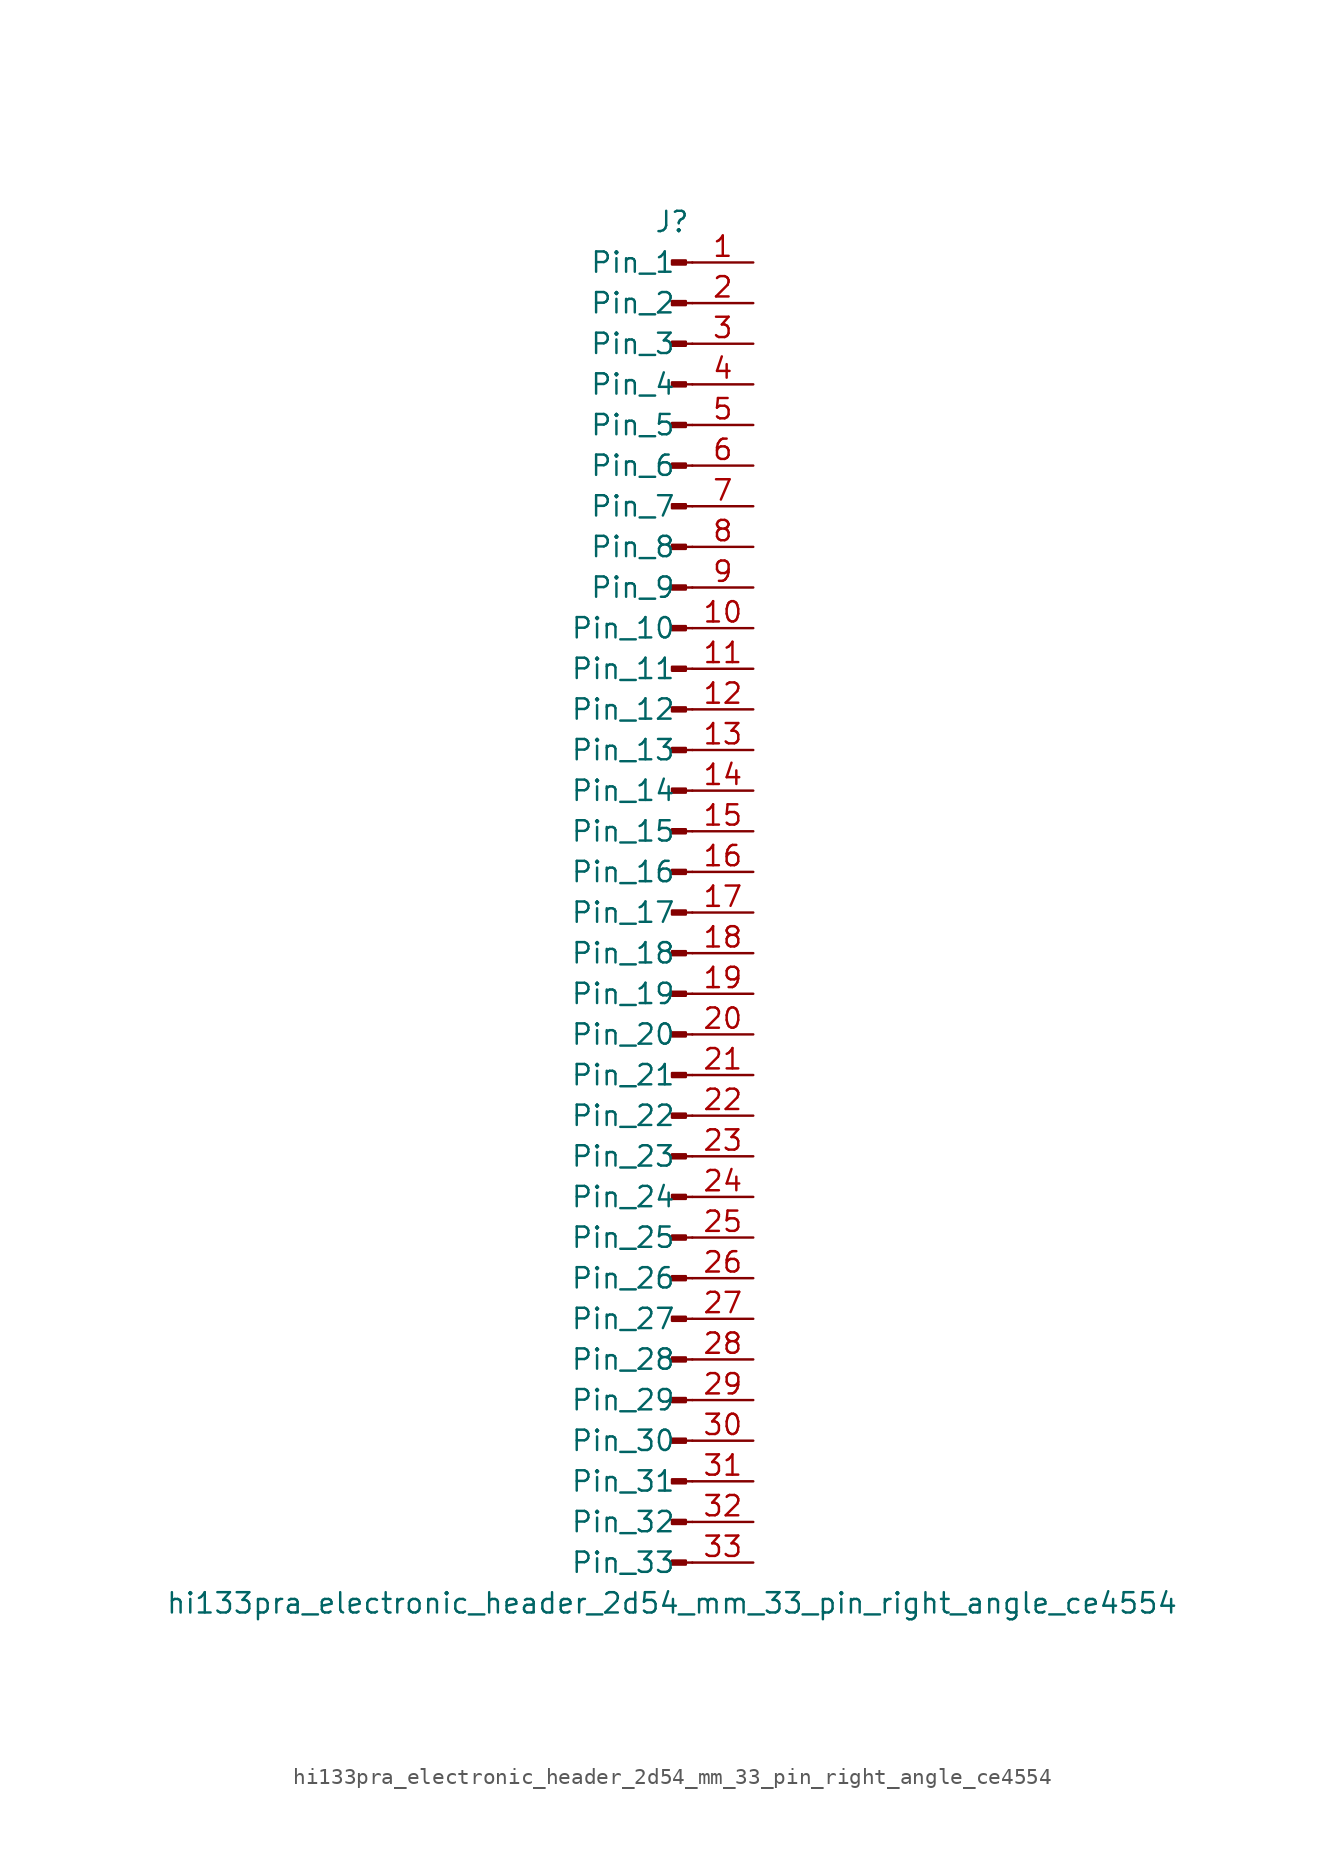
<source format=kicad_sym>
(kicad_symbol_lib
  (version 20220914)
  (generator kicad_symbol_editor)
  (symbol "hi133pra_electronic_header_2d54_mm_33_pin_right_angle_ce4554"
    (pin_names
      (offset 1.016))
    (property "Reference" "J"
      (at 0 43.18 0)
      (effects (font (size 1.27 1.27))))
    (property "Value" "hi133pra_electronic_header_2d54_mm_33_pin_right_angle_ce4554"
      (at 0 -43.18 0)
      (effects (font (size 1.27 1.27))))
    (property "ki_locked" ""
      (at 0 0 0)
      (effects (font (size 1.27 1.27))))
    (symbol "hi133pra_electronic_header_2d54_mm_33_pin_right_angle_ce4554_1_1"
      (polyline (pts (xy 1.27 -40.64) (xy 0.864 -40.64)) (stroke (width 0.152) (type default)) (fill (type none)))
      (polyline (pts (xy 1.27 -38.1) (xy 0.864 -38.1)) (stroke (width 0.152) (type default)) (fill (type none)))
      (polyline (pts (xy 1.27 -35.56) (xy 0.864 -35.56)) (stroke (width 0.152) (type default)) (fill (type none)))
      (polyline (pts (xy 1.27 -33.02) (xy 0.864 -33.02)) (stroke (width 0.152) (type default)) (fill (type none)))
      (polyline (pts (xy 1.27 -30.48) (xy 0.864 -30.48)) (stroke (width 0.152) (type default)) (fill (type none)))
      (polyline (pts (xy 1.27 -27.94) (xy 0.864 -27.94)) (stroke (width 0.152) (type default)) (fill (type none)))
      (polyline (pts (xy 1.27 -25.4) (xy 0.864 -25.4)) (stroke (width 0.152) (type default)) (fill (type none)))
      (polyline (pts (xy 1.27 -22.86) (xy 0.864 -22.86)) (stroke (width 0.152) (type default)) (fill (type none)))
      (polyline (pts (xy 1.27 -20.32) (xy 0.864 -20.32)) (stroke (width 0.152) (type default)) (fill (type none)))
      (polyline (pts (xy 1.27 -17.78) (xy 0.864 -17.78)) (stroke (width 0.152) (type default)) (fill (type none)))
      (polyline (pts (xy 1.27 -15.24) (xy 0.864 -15.24)) (stroke (width 0.152) (type default)) (fill (type none)))
      (polyline (pts (xy 1.27 -12.7) (xy 0.864 -12.7)) (stroke (width 0.152) (type default)) (fill (type none)))
      (polyline (pts (xy 1.27 -10.16) (xy 0.864 -10.16)) (stroke (width 0.152) (type default)) (fill (type none)))
      (polyline (pts (xy 1.27 -7.62) (xy 0.864 -7.62)) (stroke (width 0.152) (type default)) (fill (type none)))
      (polyline (pts (xy 1.27 -5.08) (xy 0.864 -5.08)) (stroke (width 0.152) (type default)) (fill (type none)))
      (polyline (pts (xy 1.27 -2.54) (xy 0.864 -2.54)) (stroke (width 0.152) (type default)) (fill (type none)))
      (polyline (pts (xy 1.27 0) (xy 0.864 0)) (stroke (width 0.152) (type default)) (fill (type none)))
      (polyline (pts (xy 1.27 2.54) (xy 0.864 2.54)) (stroke (width 0.152) (type default)) (fill (type none)))
      (polyline (pts (xy 1.27 5.08) (xy 0.864 5.08)) (stroke (width 0.152) (type default)) (fill (type none)))
      (polyline (pts (xy 1.27 7.62) (xy 0.864 7.62)) (stroke (width 0.152) (type default)) (fill (type none)))
      (polyline (pts (xy 1.27 10.16) (xy 0.864 10.16)) (stroke (width 0.152) (type default)) (fill (type none)))
      (polyline (pts (xy 1.27 12.7) (xy 0.864 12.7)) (stroke (width 0.152) (type default)) (fill (type none)))
      (polyline (pts (xy 1.27 15.24) (xy 0.864 15.24)) (stroke (width 0.152) (type default)) (fill (type none)))
      (polyline (pts (xy 1.27 17.78) (xy 0.864 17.78)) (stroke (width 0.152) (type default)) (fill (type none)))
      (polyline (pts (xy 1.27 20.32) (xy 0.864 20.32)) (stroke (width 0.152) (type default)) (fill (type none)))
      (polyline (pts (xy 1.27 22.86) (xy 0.864 22.86)) (stroke (width 0.152) (type default)) (fill (type none)))
      (polyline (pts (xy 1.27 25.4) (xy 0.864 25.4)) (stroke (width 0.152) (type default)) (fill (type none)))
      (polyline (pts (xy 1.27 27.94) (xy 0.864 27.94)) (stroke (width 0.152) (type default)) (fill (type none)))
      (polyline (pts (xy 1.27 30.48) (xy 0.864 30.48)) (stroke (width 0.152) (type default)) (fill (type none)))
      (polyline (pts (xy 1.27 33.02) (xy 0.864 33.02)) (stroke (width 0.152) (type default)) (fill (type none)))
      (polyline (pts (xy 1.27 35.56) (xy 0.864 35.56)) (stroke (width 0.152) (type default)) (fill (type none)))
      (polyline (pts (xy 1.27 38.1) (xy 0.864 38.1)) (stroke (width 0.152) (type default)) (fill (type none)))
      (polyline (pts (xy 1.27 40.64) (xy 0.864 40.64)) (stroke (width 0.152) (type default)) (fill (type none)))
      (rectangle (start 0.864 -40.513) (end 0 -40.767) (stroke (width 0.152) (type default)) (fill (type outline)))
      (rectangle (start 0.864 -37.973) (end 0 -38.227) (stroke (width 0.152) (type default)) (fill (type outline)))
      (rectangle (start 0.864 -35.433) (end 0 -35.687) (stroke (width 0.152) (type default)) (fill (type outline)))
      (rectangle (start 0.864 -32.893) (end 0 -33.147) (stroke (width 0.152) (type default)) (fill (type outline)))
      (rectangle (start 0.864 -30.353) (end 0 -30.607) (stroke (width 0.152) (type default)) (fill (type outline)))
      (rectangle (start 0.864 -27.813) (end 0 -28.067) (stroke (width 0.152) (type default)) (fill (type outline)))
      (rectangle (start 0.864 -25.273) (end 0 -25.527) (stroke (width 0.152) (type default)) (fill (type outline)))
      (rectangle (start 0.864 -22.733) (end 0 -22.987) (stroke (width 0.152) (type default)) (fill (type outline)))
      (rectangle (start 0.864 -20.193) (end 0 -20.447) (stroke (width 0.152) (type default)) (fill (type outline)))
      (rectangle (start 0.864 -17.653) (end 0 -17.907) (stroke (width 0.152) (type default)) (fill (type outline)))
      (rectangle (start 0.864 -15.113) (end 0 -15.367) (stroke (width 0.152) (type default)) (fill (type outline)))
      (rectangle (start 0.864 -12.573) (end 0 -12.827) (stroke (width 0.152) (type default)) (fill (type outline)))
      (rectangle (start 0.864 -10.033) (end 0 -10.287) (stroke (width 0.152) (type default)) (fill (type outline)))
      (rectangle (start 0.864 -7.493) (end 0 -7.747) (stroke (width 0.152) (type default)) (fill (type outline)))
      (rectangle (start 0.864 -4.953) (end 0 -5.207) (stroke (width 0.152) (type default)) (fill (type outline)))
      (rectangle (start 0.864 -2.413) (end 0 -2.667) (stroke (width 0.152) (type default)) (fill (type outline)))
      (rectangle (start 0.864 0.127) (end 0 -0.127) (stroke (width 0.152) (type default)) (fill (type outline)))
      (rectangle (start 0.864 2.667) (end 0 2.413) (stroke (width 0.152) (type default)) (fill (type outline)))
      (rectangle (start 0.864 5.207) (end 0 4.953) (stroke (width 0.152) (type default)) (fill (type outline)))
      (rectangle (start 0.864 7.747) (end 0 7.493) (stroke (width 0.152) (type default)) (fill (type outline)))
      (rectangle (start 0.864 10.287) (end 0 10.033) (stroke (width 0.152) (type default)) (fill (type outline)))
      (rectangle (start 0.864 12.827) (end 0 12.573) (stroke (width 0.152) (type default)) (fill (type outline)))
      (rectangle (start 0.864 15.367) (end 0 15.113) (stroke (width 0.152) (type default)) (fill (type outline)))
      (rectangle (start 0.864 17.907) (end 0 17.653) (stroke (width 0.152) (type default)) (fill (type outline)))
      (rectangle (start 0.864 20.447) (end 0 20.193) (stroke (width 0.152) (type default)) (fill (type outline)))
      (rectangle (start 0.864 22.987) (end 0 22.733) (stroke (width 0.152) (type default)) (fill (type outline)))
      (rectangle (start 0.864 25.527) (end 0 25.273) (stroke (width 0.152) (type default)) (fill (type outline)))
      (rectangle (start 0.864 28.067) (end 0 27.813) (stroke (width 0.152) (type default)) (fill (type outline)))
      (rectangle (start 0.864 30.607) (end 0 30.353) (stroke (width 0.152) (type default)) (fill (type outline)))
      (rectangle (start 0.864 33.147) (end 0 32.893) (stroke (width 0.152) (type default)) (fill (type outline)))
      (rectangle (start 0.864 35.687) (end 0 35.433) (stroke (width 0.152) (type default)) (fill (type outline)))
      (rectangle (start 0.864 38.227) (end 0 37.973) (stroke (width 0.152) (type default)) (fill (type outline)))
      (rectangle (start 0.864 40.767) (end 0 40.513) (stroke (width 0.152) (type default)) (fill (type outline)))
      (pin passive line (at 5.08 40.64 180) (length 3.81) (name "Pin_1" (effects (font (size 1.27 1.27)))) (number "1" (effects (font (size 1.27 1.27)))))
      (pin passive line (at 5.08 17.78 180) (length 3.81) (name "Pin_10" (effects (font (size 1.27 1.27)))) (number "10" (effects (font (size 1.27 1.27)))))
      (pin passive line (at 5.08 15.24 180) (length 3.81) (name "Pin_11" (effects (font (size 1.27 1.27)))) (number "11" (effects (font (size 1.27 1.27)))))
      (pin passive line (at 5.08 12.7 180) (length 3.81) (name "Pin_12" (effects (font (size 1.27 1.27)))) (number "12" (effects (font (size 1.27 1.27)))))
      (pin passive line (at 5.08 10.16 180) (length 3.81) (name "Pin_13" (effects (font (size 1.27 1.27)))) (number "13" (effects (font (size 1.27 1.27)))))
      (pin passive line (at 5.08 7.62 180) (length 3.81) (name "Pin_14" (effects (font (size 1.27 1.27)))) (number "14" (effects (font (size 1.27 1.27)))))
      (pin passive line (at 5.08 5.08 180) (length 3.81) (name "Pin_15" (effects (font (size 1.27 1.27)))) (number "15" (effects (font (size 1.27 1.27)))))
      (pin passive line (at 5.08 2.54 180) (length 3.81) (name "Pin_16" (effects (font (size 1.27 1.27)))) (number "16" (effects (font (size 1.27 1.27)))))
      (pin passive line (at 5.08 0 180) (length 3.81) (name "Pin_17" (effects (font (size 1.27 1.27)))) (number "17" (effects (font (size 1.27 1.27)))))
      (pin passive line (at 5.08 -2.54 180) (length 3.81) (name "Pin_18" (effects (font (size 1.27 1.27)))) (number "18" (effects (font (size 1.27 1.27)))))
      (pin passive line (at 5.08 -5.08 180) (length 3.81) (name "Pin_19" (effects (font (size 1.27 1.27)))) (number "19" (effects (font (size 1.27 1.27)))))
      (pin passive line (at 5.08 38.1 180) (length 3.81) (name "Pin_2" (effects (font (size 1.27 1.27)))) (number "2" (effects (font (size 1.27 1.27)))))
      (pin passive line (at 5.08 -7.62 180) (length 3.81) (name "Pin_20" (effects (font (size 1.27 1.27)))) (number "20" (effects (font (size 1.27 1.27)))))
      (pin passive line (at 5.08 -10.16 180) (length 3.81) (name "Pin_21" (effects (font (size 1.27 1.27)))) (number "21" (effects (font (size 1.27 1.27)))))
      (pin passive line (at 5.08 -12.7 180) (length 3.81) (name "Pin_22" (effects (font (size 1.27 1.27)))) (number "22" (effects (font (size 1.27 1.27)))))
      (pin passive line (at 5.08 -15.24 180) (length 3.81) (name "Pin_23" (effects (font (size 1.27 1.27)))) (number "23" (effects (font (size 1.27 1.27)))))
      (pin passive line (at 5.08 -17.78 180) (length 3.81) (name "Pin_24" (effects (font (size 1.27 1.27)))) (number "24" (effects (font (size 1.27 1.27)))))
      (pin passive line (at 5.08 -20.32 180) (length 3.81) (name "Pin_25" (effects (font (size 1.27 1.27)))) (number "25" (effects (font (size 1.27 1.27)))))
      (pin passive line (at 5.08 -22.86 180) (length 3.81) (name "Pin_26" (effects (font (size 1.27 1.27)))) (number "26" (effects (font (size 1.27 1.27)))))
      (pin passive line (at 5.08 -25.4 180) (length 3.81) (name "Pin_27" (effects (font (size 1.27 1.27)))) (number "27" (effects (font (size 1.27 1.27)))))
      (pin passive line (at 5.08 -27.94 180) (length 3.81) (name "Pin_28" (effects (font (size 1.27 1.27)))) (number "28" (effects (font (size 1.27 1.27)))))
      (pin passive line (at 5.08 -30.48 180) (length 3.81) (name "Pin_29" (effects (font (size 1.27 1.27)))) (number "29" (effects (font (size 1.27 1.27)))))
      (pin passive line (at 5.08 35.56 180) (length 3.81) (name "Pin_3" (effects (font (size 1.27 1.27)))) (number "3" (effects (font (size 1.27 1.27)))))
      (pin passive line (at 5.08 -33.02 180) (length 3.81) (name "Pin_30" (effects (font (size 1.27 1.27)))) (number "30" (effects (font (size 1.27 1.27)))))
      (pin passive line (at 5.08 -35.56 180) (length 3.81) (name "Pin_31" (effects (font (size 1.27 1.27)))) (number "31" (effects (font (size 1.27 1.27)))))
      (pin passive line (at 5.08 -38.1 180) (length 3.81) (name "Pin_32" (effects (font (size 1.27 1.27)))) (number "32" (effects (font (size 1.27 1.27)))))
      (pin passive line (at 5.08 -40.64 180) (length 3.81) (name "Pin_33" (effects (font (size 1.27 1.27)))) (number "33" (effects (font (size 1.27 1.27)))))
      (pin passive line (at 5.08 33.02 180) (length 3.81) (name "Pin_4" (effects (font (size 1.27 1.27)))) (number "4" (effects (font (size 1.27 1.27)))))
      (pin passive line (at 5.08 30.48 180) (length 3.81) (name "Pin_5" (effects (font (size 1.27 1.27)))) (number "5" (effects (font (size 1.27 1.27)))))
      (pin passive line (at 5.08 27.94 180) (length 3.81) (name "Pin_6" (effects (font (size 1.27 1.27)))) (number "6" (effects (font (size 1.27 1.27)))))
      (pin passive line (at 5.08 25.4 180) (length 3.81) (name "Pin_7" (effects (font (size 1.27 1.27)))) (number "7" (effects (font (size 1.27 1.27)))))
      (pin passive line (at 5.08 22.86 180) (length 3.81) (name "Pin_8" (effects (font (size 1.27 1.27)))) (number "8" (effects (font (size 1.27 1.27)))))
      (pin passive line (at 5.08 20.32 180) (length 3.81) (name "Pin_9" (effects (font (size 1.27 1.27)))) (number "9" (effects (font (size 1.27 1.27))))))))
</source>
